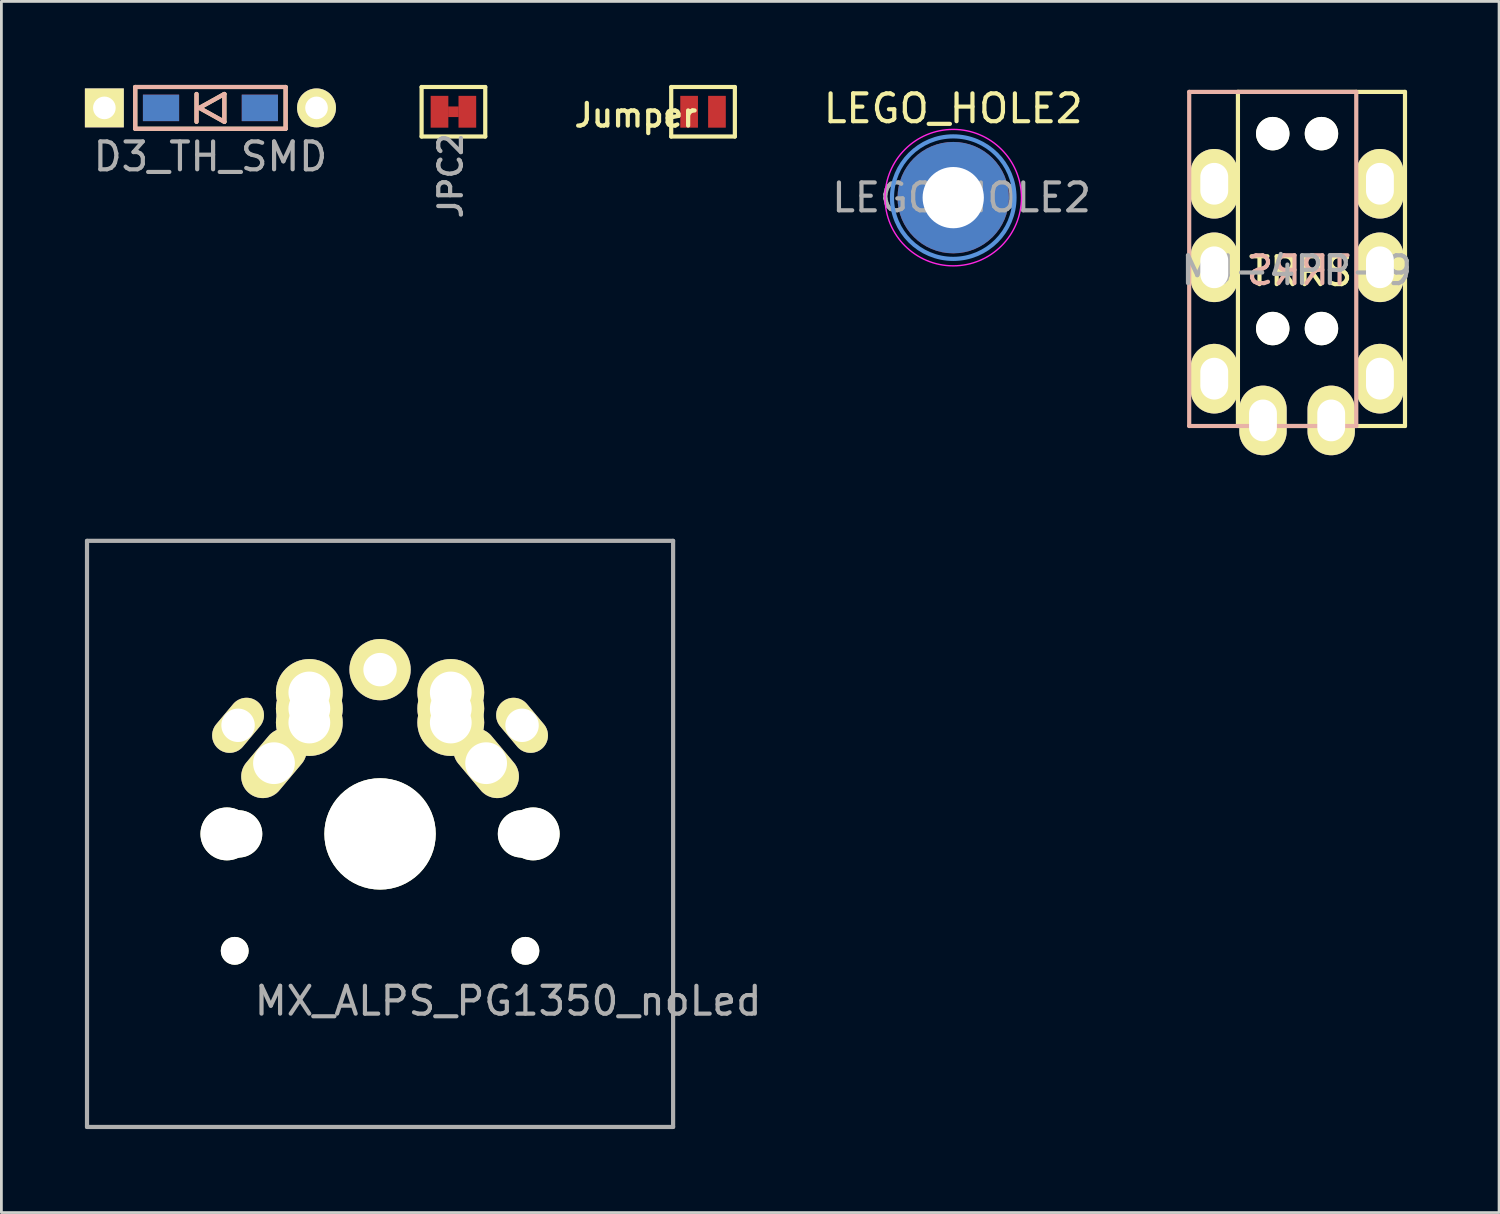
<source format=kicad_pcb>
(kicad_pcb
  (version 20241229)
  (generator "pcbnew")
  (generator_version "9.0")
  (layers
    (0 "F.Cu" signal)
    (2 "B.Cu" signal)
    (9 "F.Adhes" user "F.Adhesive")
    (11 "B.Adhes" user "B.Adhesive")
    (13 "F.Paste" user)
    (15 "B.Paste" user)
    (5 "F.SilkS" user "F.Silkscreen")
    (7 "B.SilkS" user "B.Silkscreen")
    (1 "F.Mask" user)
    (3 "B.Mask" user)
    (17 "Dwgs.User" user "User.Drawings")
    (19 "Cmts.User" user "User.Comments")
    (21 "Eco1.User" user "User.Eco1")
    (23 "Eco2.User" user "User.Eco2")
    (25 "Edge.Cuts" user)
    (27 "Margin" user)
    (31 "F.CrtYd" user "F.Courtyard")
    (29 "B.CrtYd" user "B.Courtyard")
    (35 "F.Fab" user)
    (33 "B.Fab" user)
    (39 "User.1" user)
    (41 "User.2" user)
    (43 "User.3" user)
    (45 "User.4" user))
  (footprint "JPC2"
    (layer "F.Cu")
    (at 13.235 0.964)
    (property "Reference" "JPC2" (at -0.1 2.3 270) (layer "F.Fab") (effects (font (size 0.813 0.813) (thickness 0.152))))
    (attr smd)
    (fp_line (start -1.143 -0.889) (end 1.143 -0.889) (stroke (width 0.15) (type solid)) (layer "F.SilkS"))
    (fp_line (start -1.143 0.889) (end -1.143 -0.889) (stroke (width 0.15) (type solid)) (layer "F.SilkS"))
    (fp_line (start 1.143 -0.889) (end 1.143 0.889) (stroke (width 0.15) (type solid)) (layer "F.SilkS"))
    (fp_line (start 1.143 0.889) (end -1.143 0.889) (stroke (width 0.15) (type solid)) (layer "F.SilkS"))
    (pad "" smd rect (at 0 0 90) (size 0.381 0.381) (layers "F.Cu" "F.Mask" "F.Paste"))
    (pad "1" smd rect (at -0.5 0) (size 0.635 1.143) (layers "F.Cu" "F.Mask" "F.Paste"))
    (pad "2" smd rect (at 0.5 0) (size 0.635 1.143) (layers "F.Cu" "F.Mask" "F.Paste")))
  (footprint "LEGO_HOLE2"
    (layer "F.Cu")
    (at 31.186 4.048)
    (property "Reference" "LEGO_HOLE2" (at 0 -3.2 0) (layer "F.SilkS") (effects (font (size 1 1) (thickness 0.15))))
    (attr exclude_from_pos_files exclude_from_bom)
    (fp_circle (center 0 0) (end 2.2 0) (stroke (width 0.15) (type solid)) (fill no) (layer "Cmts.User"))
    (fp_circle (center 0 0) (end 2.45 0) (stroke (width 0.05) (type solid)) (fill no) (layer "F.CrtYd"))
    (fp_text user "${REFERENCE}" (at 0.3 0 0) (layer "F.Fab") (effects (font (size 1 1) (thickness 0.15))))
    (pad "" thru_hole circle (at 0 0) (size 4 4) (drill 2.2) (layers "*.Cu" "*.Mask")))
  (footprint "Jumper"
    (layer "F.Cu")
    (at 22.2 0.964)
    (property "Reference" "Jumper" (at -2.413 0.127 0) (layer "F.SilkS") (effects (font (size 0.813 0.813) (thickness 0.152))))
    (attr smd)
    (fp_line (start -1.143 -0.889) (end 1.143 -0.889) (stroke (width 0.15) (type solid)) (layer "F.SilkS"))
    (fp_line (start -1.143 0.889) (end -1.143 -0.889) (stroke (width 0.15) (type solid)) (layer "F.SilkS"))
    (fp_line (start 1.143 -0.889) (end 1.143 0.889) (stroke (width 0.15) (type solid)) (layer "F.SilkS"))
    (fp_line (start 1.143 0.889) (end -1.143 0.889) (stroke (width 0.15) (type solid)) (layer "F.SilkS"))
    (pad "1" smd rect (at -0.5 0) (size 0.635 1.143) (layers "F.Cu" "F.Mask" "F.Paste"))
    (pad "2" smd rect (at 0.5 0) (size 0.635 1.143) (layers "F.Cu" "F.Mask" "F.Paste")))
  (footprint "D3_TH_SMD"
    (layer "F.Cu")
    (at 4.508 0.825)
    (property "Reference" "D3_TH_SMD" (at 0 1.75 0) (layer "F.Fab") (effects (font (size 1 1) (thickness 0.15))))
    (attr through_hole)
    (fp_line (start -2.7 -0.75) (end -2.7 0.75) (stroke (width 0.15) (type solid)) (layer "F.SilkS"))
    (fp_line (start -2.7 0.75) (end 2.7 0.75) (stroke (width 0.15) (type solid)) (layer "F.SilkS"))
    (fp_line (start -0.5 -0.5) (end -0.5 0.5) (stroke (width 0.15) (type solid)) (layer "F.SilkS"))
    (fp_line (start -0.4 0) (end 0.5 -0.5) (stroke (width 0.15) (type solid)) (layer "F.SilkS"))
    (fp_line (start 0.5 -0.5) (end 0.5 0.5) (stroke (width 0.15) (type solid)) (layer "F.SilkS"))
    (fp_line (start 0.5 0.5) (end -0.4 0) (stroke (width 0.15) (type solid)) (layer "F.SilkS"))
    (fp_line (start 2.7 -0.75) (end -2.7 -0.75) (stroke (width 0.15) (type solid)) (layer "F.SilkS"))
    (fp_line (start 2.7 0.75) (end 2.7 -0.75) (stroke (width 0.15) (type solid)) (layer "F.SilkS"))
    (fp_line (start -2.7 -0.75) (end -2.7 0.75) (stroke (width 0.15) (type solid)) (layer "B.SilkS"))
    (fp_line (start -2.7 0.75) (end 2.7 0.75) (stroke (width 0.15) (type solid)) (layer "B.SilkS"))
    (fp_line (start -0.5 -0.5) (end -0.5 0.5) (stroke (width 0.15) (type solid)) (layer "B.SilkS"))
    (fp_line (start -0.4 0) (end 0.5 -0.5) (stroke (width 0.15) (type solid)) (layer "B.SilkS"))
    (fp_line (start 0.5 -0.5) (end 0.5 0.5) (stroke (width 0.15) (type solid)) (layer "B.SilkS"))
    (fp_line (start 0.5 0.5) (end -0.4 0) (stroke (width 0.15) (type solid)) (layer "B.SilkS"))
    (fp_line (start 2.7 -0.75) (end -2.7 -0.75) (stroke (width 0.15) (type solid)) (layer "B.SilkS"))
    (fp_line (start 2.7 0.75) (end 2.7 -0.75) (stroke (width 0.15) (type solid)) (layer "B.SilkS"))
    (pad "1" thru_hole rect (at -3.81 0) (size 1.397 1.397) (drill 0.813) (layers "*.Cu" "*.Mask" "F.SilkS"))
    (pad "1" smd rect (at -1.775 0) (size 1.3 0.95) (layers "F.Cu" "F.Mask" "F.Paste"))
    (pad "1" smd rect (at -1.775 0) (size 1.3 0.95) (layers "B.Cu" "B.Mask" "B.Paste"))
    (pad "2" smd rect (at 1.775 0) (size 1.3 0.95) (layers "F.Cu" "F.Mask" "F.Paste"))
    (pad "2" smd rect (at 1.775 0) (size 1.3 0.95) (layers "B.Cu" "B.Mask" "B.Paste"))
    (pad "2" thru_hole circle (at 3.81 0) (size 1.397 1.397) (drill 0.813) (layers "*.Cu" "*.Mask" "F.SilkS")))
  (footprint "MX_ALPS_PG1350_noLed"
    (layer "F.Cu")
    (at 10.6 26.9)
    (property "Reference" "MX_ALPS_PG1350_noLed" (at 4.6 6 0) (layer "F.Fab") (effects (font (size 1 1) (thickness 0.15))))
    (attr through_hole)
    (fp_line (start -9 -9) (end 9 -9) (stroke (width 0.15) (type solid)) (layer "Eco2.User"))
    (fp_line (start -9 9) (end -9 -9) (stroke (width 0.15) (type solid)) (layer "Eco2.User"))
    (fp_line (start -7 -7) (end 7 -7) (stroke (width 0.15) (type solid)) (layer "Eco2.User"))
    (fp_line (start -7 7) (end -7 -7) (stroke (width 0.15) (type solid)) (layer "Eco2.User"))
    (fp_line (start 7 -7) (end 7 7) (stroke (width 0.15) (type solid)) (layer "Eco2.User"))
    (fp_line (start 7 7) (end -7 7) (stroke (width 0.15) (type solid)) (layer "Eco2.User"))
    (fp_line (start 9 -9) (end 9 9) (stroke (width 0.15) (type solid)) (layer "Eco2.User"))
    (fp_line (start 9 9) (end -9 9) (stroke (width 0.15) (type solid)) (layer "Eco2.User"))
    (fp_line (start -10.525 -10.525) (end -10.525 10.525) (stroke (width 0.15) (type solid)) (layer "F.Fab"))
    (fp_line (start -10.525 10.525) (end 10.525 10.525) (stroke (width 0.15) (type solid)) (layer "F.Fab"))
    (fp_line (start 10.525 -10.525) (end -10.525 -10.525) (stroke (width 0.15) (type solid)) (layer "F.Fab"))
    (fp_line (start 10.525 10.525) (end 10.525 -10.525) (stroke (width 0.15) (type solid)) (layer "F.Fab"))
    (pad "" np_thru_hole circle (at -5.5 0 90) (size 1.9 1.9) (drill 1.9) (layers "*.Cu" "*.Mask" "F.SilkS"))
    (pad "" np_thru_hole circle (at -5.22 4.2) (size 1 1) (drill 1) (layers "*.Cu" "*.Mask" "F.SilkS"))
    (pad "" np_thru_hole circle (at -5.08 0) (size 1.7 1.7) (drill 1.7) (layers "*.Cu" "*.Mask" "F.SilkS"))
    (pad "" np_thru_hole circle (at 0 0 90) (size 4 4) (drill 4) (layers "*.Cu" "*.Mask" "F.SilkS"))
    (pad "" np_thru_hole circle (at 5.08 0) (size 1.7 1.7) (drill 1.7) (layers "*.Cu" "*.Mask" "F.SilkS"))
    (pad "" np_thru_hole circle (at 5.22 4.2) (size 1 1) (drill 1) (layers "*.Cu" "*.Mask" "F.SilkS"))
    (pad "" np_thru_hole circle (at 5.5 0 90) (size 1.9 1.9) (drill 1.9) (layers "*.Cu" "*.Mask" "F.SilkS"))
    (pad "1" thru_hole oval (at -5.1 -3.9 50) (size 2.2 1.25) (drill 1.2) (layers "*.Cu" "*.Mask" "F.SilkS"))
    (pad "1" thru_hole oval (at -3.81 -2.54 50) (size 2.8 1.55) (drill 1.5) (layers "*.Cu" "*.Mask" "F.SilkS"))
    (pad "1" thru_hole circle (at -2.54 -5.08) (size 2.4 2.4) (drill 1.5) (layers "*.Cu" "*.Mask" "F.SilkS"))
    (pad "1" thru_hole circle (at -2.54 -4.5) (size 2.4 2.4) (drill 1.5) (layers "*.Cu" "*.Mask" "F.SilkS"))
    (pad "1" thru_hole circle (at -2.54 -4) (size 2.4 2.4) (drill 1.5) (layers "*.Cu" "*.Mask" "F.SilkS"))
    (pad "1" thru_hole oval (at 5.1 -3.9 310) (size 2.2 1.25) (drill 1.2) (layers "*.Cu" "*.Mask" "F.SilkS"))
    (pad "2" thru_hole circle (at 0 -5.9 90) (size 2.2 2.2) (drill 1.2) (layers "*.Cu" "*.Mask" "F.SilkS"))
    (pad "2" thru_hole circle (at 2.54 -5.08) (size 2.4 2.4) (drill 1.5) (layers "*.Cu" "*.Mask" "F.SilkS"))
    (pad "2" thru_hole circle (at 2.54 -4.5) (size 2.4 2.4) (drill 1.5) (layers "*.Cu" "*.Mask" "F.SilkS"))
    (pad "2" thru_hole circle (at 2.54 -4) (size 2.4 2.4) (drill 1.5) (layers "*.Cu" "*.Mask" "F.SilkS"))
    (pad "2" thru_hole oval (at 3.81 -2.54 310) (size 2.8 1.55) (drill 1.5) (layers "*.Cu" "*.Mask" "F.SilkS")))
  (footprint "MJ-4PP-9"
    (layer "F.Cu")
    (at 44.411 0.25)
    (property "Reference" "MJ-4PP-9" (at -0.889 6.413 0) (layer "F.Fab") (effects (font (size 1 1) (thickness 0.15))))
    (attr through_hole)
    (fp_line (start -3 0) (end 3 0) (stroke (width 0.15) (type solid)) (layer "F.SilkS"))
    (fp_line (start -3 12) (end -3 0) (stroke (width 0.15) (type solid)) (layer "F.SilkS"))
    (fp_line (start 3 0) (end 3 12) (stroke (width 0.15) (type solid)) (layer "F.SilkS"))
    (fp_line (start 3 12) (end -3 12) (stroke (width 0.15) (type solid)) (layer "F.SilkS"))
    (fp_line (start -4.75 0) (end 1.25 0) (stroke (width 0.15) (type solid)) (layer "B.SilkS"))
    (fp_line (start -4.75 12) (end -4.75 0) (stroke (width 0.15) (type solid)) (layer "B.SilkS"))
    (fp_line (start 1.25 0) (end 1.25 12) (stroke (width 0.15) (type solid)) (layer "B.SilkS"))
    (fp_line (start 1.25 12) (end -4.75 12) (stroke (width 0.15) (type solid)) (layer "B.SilkS"))
    (fp_text user "TRRS" (at -0.75 6.45 0) (layer "F.SilkS") (effects (font (size 1 1) (thickness 0.15))))
    (fp_text user "TRRS" (at -0.826 6.413 0) (layer "B.SilkS") (effects (font (size 1 1) (thickness 0.15)) (justify mirror)))
    (pad "" np_thru_hole circle (at -1.75 1.5) (size 1.2 1.2) (drill 1.2) (layers "*.Cu" "*.Mask" "F.SilkS"))
    (pad "" np_thru_hole circle (at -1.75 8.5) (size 1.2 1.2) (drill 1.2) (layers "*.Cu" "*.Mask" "F.SilkS"))
    (pad "" np_thru_hole circle (at 0 1.5) (size 1.2 1.2) (drill 1.2) (layers "*.Cu" "*.Mask" "F.SilkS"))
    (pad "" np_thru_hole circle (at 0 8.5) (size 1.2 1.2) (drill 1.2) (layers "*.Cu" "*.Mask" "F.SilkS"))
    (pad "A" thru_hole oval (at -2.1 11.8) (size 1.7 2.5) (drill oval 1 1.5) (layers "*.Cu" "*.Mask" "F.SilkS"))
    (pad "A" thru_hole oval (at 0.35 11.8) (size 1.7 2.5) (drill oval 1 1.5) (layers "*.Cu" "*.Mask" "F.SilkS"))
    (pad "B" thru_hole oval (at -3.85 3.3) (size 1.7 2.5) (drill oval 1 1.5) (layers "*.Cu" "*.Mask" "F.SilkS"))
    (pad "B" thru_hole oval (at 2.1 3.3) (size 1.7 2.5) (drill oval 1 1.5) (layers "*.Cu" "*.Mask" "F.SilkS"))
    (pad "C" thru_hole oval (at -3.85 6.3) (size 1.7 2.5) (drill oval 1 1.5) (layers "*.Cu" "*.Mask" "F.SilkS"))
    (pad "C" thru_hole oval (at 2.1 6.3) (size 1.7 2.5) (drill oval 1 1.5) (layers "*.Cu" "*.Mask" "F.SilkS"))
    (pad "D" thru_hole oval (at -3.85 10.3) (size 1.7 2.5) (drill oval 1 1.5) (layers "*.Cu" "*.Mask" "F.SilkS"))
    (pad "D" thru_hole oval (at 2.1 10.3) (size 1.7 2.5) (drill oval 1 1.5) (layers "*.Cu" "*.Mask" "F.SilkS")))
  (gr_rect
    (start -3 -3)
    (end 50.79 40.5)
    (stroke (width 0.1) (type default))
    (fill no)
    (layer "Edge.Cuts")))
</source>
